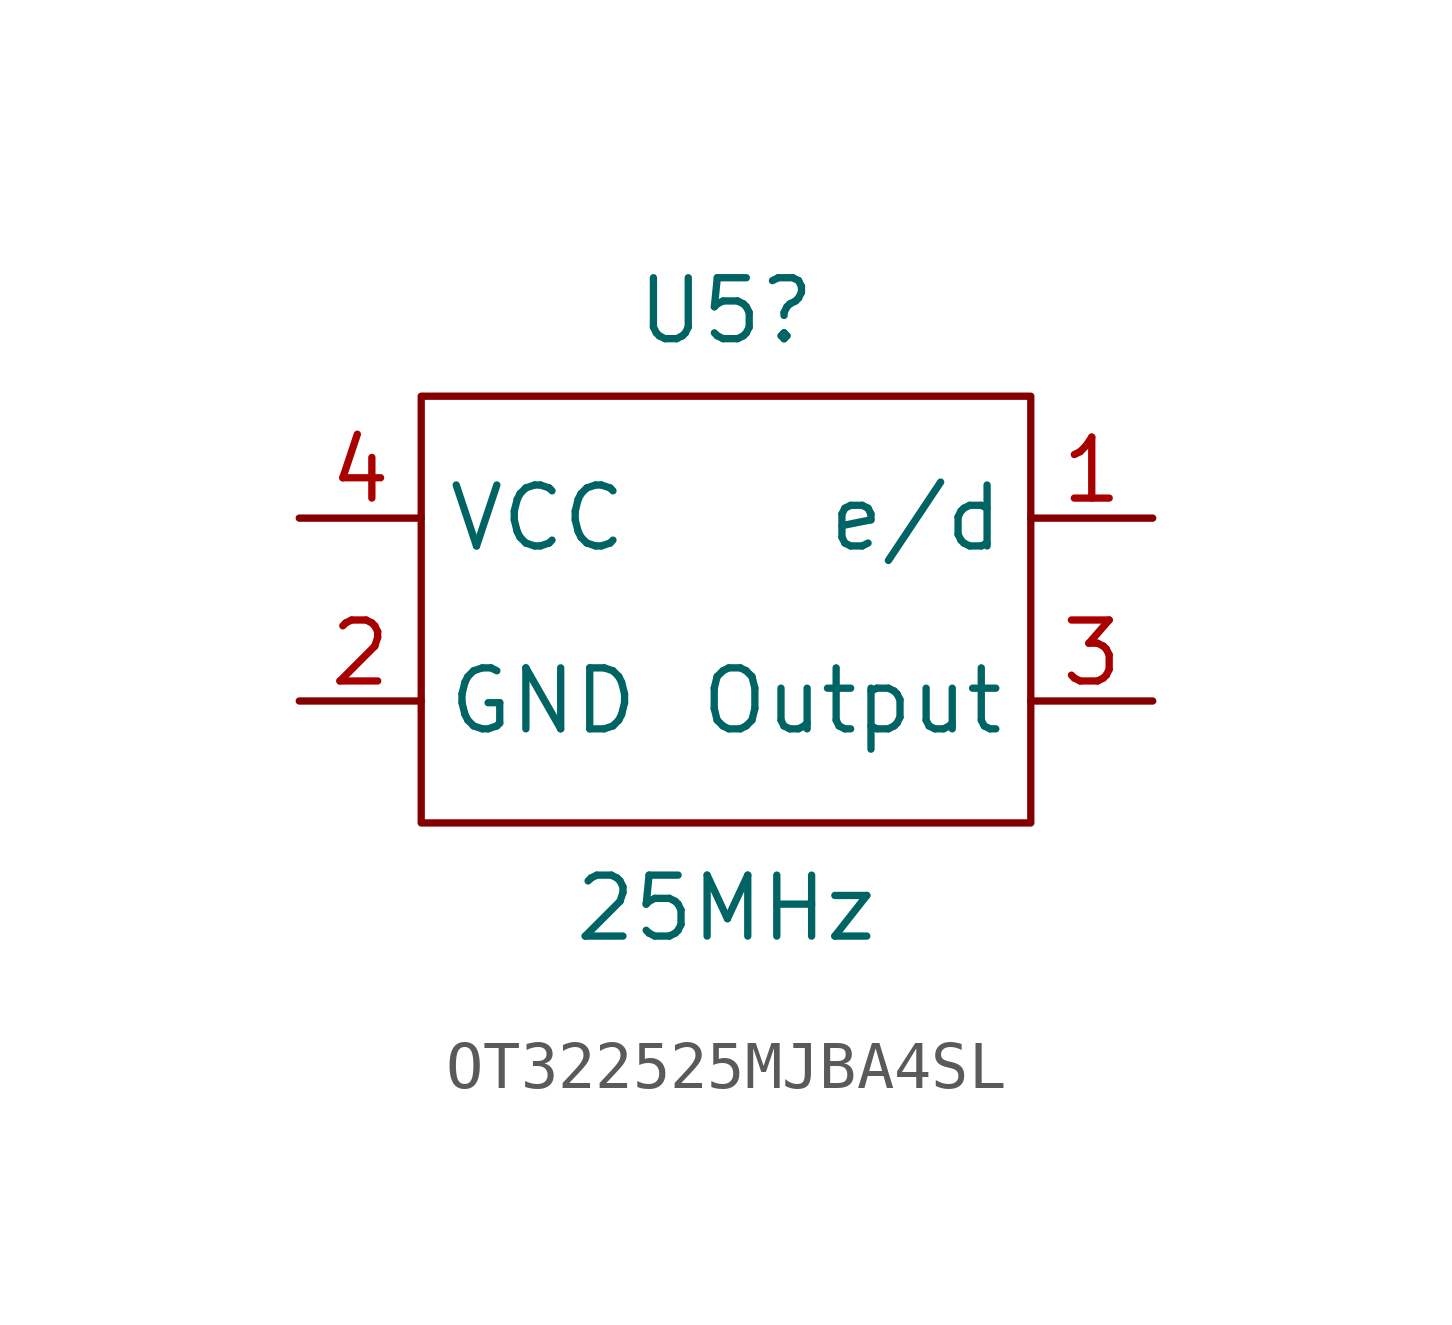
<source format=kicad_sym>
(kicad_symbol_lib
  (version 20231120)
  (generator "kicad_symbol_editor")
  (generator_version "8.0")
  (symbol "OT322525MJBA4SL"
    (property "Reference" "U5"
      (at 0 0.508 0)
      (effects (font (size 1.27 1.27))))
    (property "Value" "25MHz"
      (at 0 -11.938 0)
      (effects (font (size 1.27 1.27))))
    (symbol "OT322525MJBA4SL_0_1"
      (rectangle (start -6.35 -1.27) (end 6.35 -10.16) (stroke (width 0) (type default)) (fill (type none))))
    (symbol "OT322525MJBA4SL_1_1"
      (pin input line (at 8.89 -3.81 180) (length 2.54) (name "e/d" (effects (font (size 1.27 1.27)))) (number "1" (effects (font (size 1.27 1.27)))))
      (pin power_out line (at -8.89 -7.62 0) (length 2.54) (name "GND" (effects (font (size 1.27 1.27)))) (number "2" (effects (font (size 1.27 1.27)))))
      (pin output line (at 8.89 -7.62 180) (length 2.54) (name "Output" (effects (font (size 1.27 1.27)))) (number "3" (effects (font (size 1.27 1.27)))))
      (pin power_in line (at -8.89 -3.81 0) (length 2.54) (name "VCC" (effects (font (size 1.27 1.27)))) (number "4" (effects (font (size 1.27 1.27))))))))
</source>
